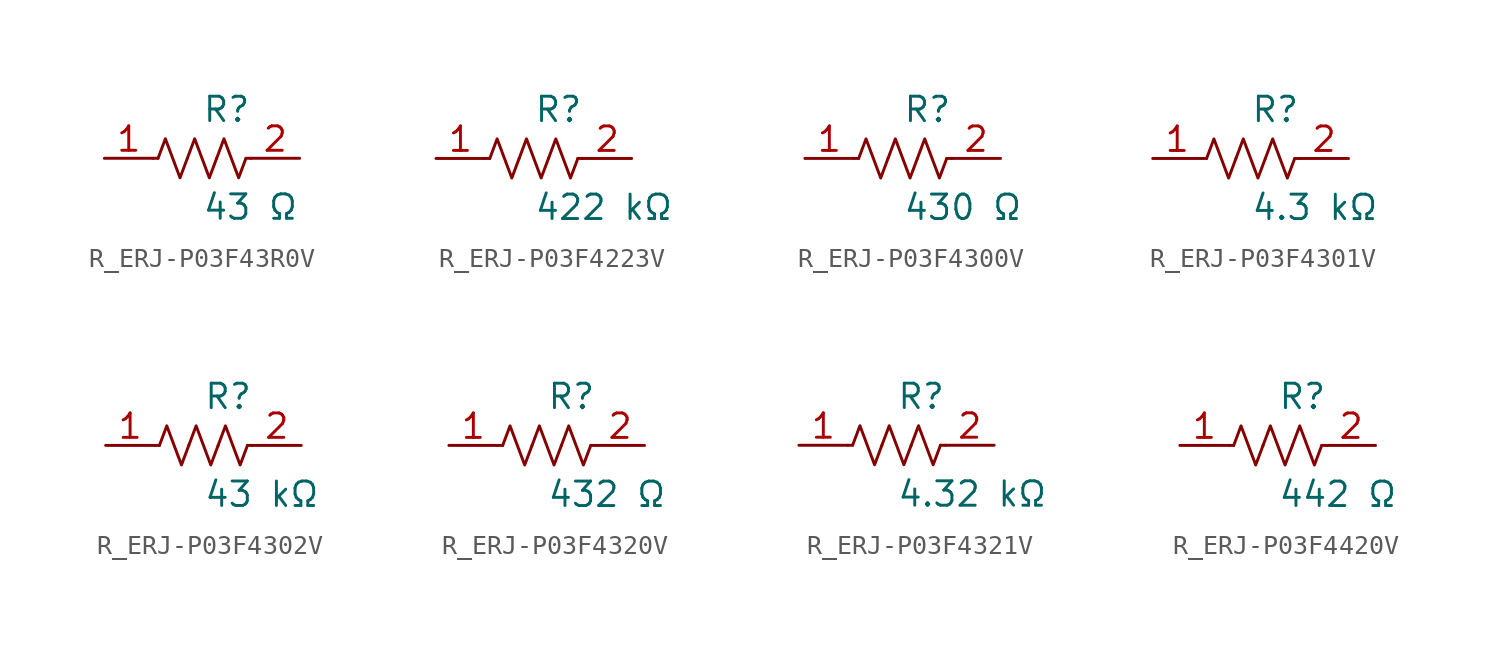
<source format=kicad_sym>
(kicad_symbol_lib
  (version 20231120)
  (generator kicad_symbol_editor)
  (generator_version 8.0)
  (symbol "R_ERJ-P03F43R0V"
    (pin_names
      (offset 0.254))
    (property "Reference" "R"
      (at 0.0 2.54 0)
      (effects (font (size 1.27 1.27)) (justify left)))
    (property "Value" "43 Ω"
      (at 0.0 -2.54 0)
      (effects (font (size 1.27 1.27)) (justify left)))
    (symbol "R_ERJ-P03F43R0V_0_1"
      (polyline (pts (xy 2.286 0) (xy 2.54 0)) (stroke (width 0) (type default)) (fill (type none)))
      (polyline (pts (xy -2.286 0) (xy -2.54 0)) (stroke (width 0) (type default)) (fill (type none)))
      (polyline (pts (xy 0.762 0) (xy 1.143 1.016) (xy 1.524 0) (xy 1.905 -1.016) (xy 2.286 0)) (stroke (width 0) (type default)) (fill (type none)))
      (polyline (pts (xy -0.762 0) (xy -0.381 1.016) (xy 0 0) (xy 0.381 -1.016) (xy 0.762 0)) (stroke (width 0) (type default)) (fill (type none)))
      (polyline (pts (xy -2.286 0) (xy -1.905 1.016) (xy -1.524 0) (xy -1.143 -1.016) (xy -0.762 0)) (stroke (width 0) (type default)) (fill (type none))))
    (pin unspecified line
      (at -5.08 0 0)
      (length 2.54)
      (name "" (effects (font (size 1.27 1.27))))
      (number "1" (effects (font (size 1.27 1.27)))))
    (pin unspecified line
      (at 5.08 0 180)
      (length 2.54)
      (name "" (effects (font (size 1.27 1.27))))
      (number "2" (effects (font (size 1.27 1.27))))))
  (symbol "R_ERJ-P03F4223V"
    (pin_names
      (offset 0.254))
    (property "Reference" "R"
      (at 0.0 2.54 0)
      (effects (font (size 1.27 1.27)) (justify left)))
    (property "Value" "422 kΩ"
      (at 0.0 -2.54 0)
      (effects (font (size 1.27 1.27)) (justify left)))
    (symbol "R_ERJ-P03F4223V_0_1"
      (polyline (pts (xy 2.286 0) (xy 2.54 0)) (stroke (width 0) (type default)) (fill (type none)))
      (polyline (pts (xy -2.286 0) (xy -2.54 0)) (stroke (width 0) (type default)) (fill (type none)))
      (polyline (pts (xy 0.762 0) (xy 1.143 1.016) (xy 1.524 0) (xy 1.905 -1.016) (xy 2.286 0)) (stroke (width 0) (type default)) (fill (type none)))
      (polyline (pts (xy -0.762 0) (xy -0.381 1.016) (xy 0 0) (xy 0.381 -1.016) (xy 0.762 0)) (stroke (width 0) (type default)) (fill (type none)))
      (polyline (pts (xy -2.286 0) (xy -1.905 1.016) (xy -1.524 0) (xy -1.143 -1.016) (xy -0.762 0)) (stroke (width 0) (type default)) (fill (type none))))
    (pin unspecified line
      (at -5.08 0 0)
      (length 2.54)
      (name "" (effects (font (size 1.27 1.27))))
      (number "1" (effects (font (size 1.27 1.27)))))
    (pin unspecified line
      (at 5.08 0 180)
      (length 2.54)
      (name "" (effects (font (size 1.27 1.27))))
      (number "2" (effects (font (size 1.27 1.27))))))
  (symbol "R_ERJ-P03F4300V"
    (pin_names
      (offset 0.254))
    (property "Reference" "R"
      (at 0.0 2.54 0)
      (effects (font (size 1.27 1.27)) (justify left)))
    (property "Value" "430 Ω"
      (at 0.0 -2.54 0)
      (effects (font (size 1.27 1.27)) (justify left)))
    (symbol "R_ERJ-P03F4300V_0_1"
      (polyline (pts (xy 2.286 0) (xy 2.54 0)) (stroke (width 0) (type default)) (fill (type none)))
      (polyline (pts (xy -2.286 0) (xy -2.54 0)) (stroke (width 0) (type default)) (fill (type none)))
      (polyline (pts (xy 0.762 0) (xy 1.143 1.016) (xy 1.524 0) (xy 1.905 -1.016) (xy 2.286 0)) (stroke (width 0) (type default)) (fill (type none)))
      (polyline (pts (xy -0.762 0) (xy -0.381 1.016) (xy 0 0) (xy 0.381 -1.016) (xy 0.762 0)) (stroke (width 0) (type default)) (fill (type none)))
      (polyline (pts (xy -2.286 0) (xy -1.905 1.016) (xy -1.524 0) (xy -1.143 -1.016) (xy -0.762 0)) (stroke (width 0) (type default)) (fill (type none))))
    (pin unspecified line
      (at -5.08 0 0)
      (length 2.54)
      (name "" (effects (font (size 1.27 1.27))))
      (number "1" (effects (font (size 1.27 1.27)))))
    (pin unspecified line
      (at 5.08 0 180)
      (length 2.54)
      (name "" (effects (font (size 1.27 1.27))))
      (number "2" (effects (font (size 1.27 1.27))))))
  (symbol "R_ERJ-P03F4301V"
    (pin_names
      (offset 0.254))
    (property "Reference" "R"
      (at 0.0 2.54 0)
      (effects (font (size 1.27 1.27)) (justify left)))
    (property "Value" "4.3 kΩ"
      (at 0.0 -2.54 0)
      (effects (font (size 1.27 1.27)) (justify left)))
    (symbol "R_ERJ-P03F4301V_0_1"
      (polyline (pts (xy 2.286 0) (xy 2.54 0)) (stroke (width 0) (type default)) (fill (type none)))
      (polyline (pts (xy -2.286 0) (xy -2.54 0)) (stroke (width 0) (type default)) (fill (type none)))
      (polyline (pts (xy 0.762 0) (xy 1.143 1.016) (xy 1.524 0) (xy 1.905 -1.016) (xy 2.286 0)) (stroke (width 0) (type default)) (fill (type none)))
      (polyline (pts (xy -0.762 0) (xy -0.381 1.016) (xy 0 0) (xy 0.381 -1.016) (xy 0.762 0)) (stroke (width 0) (type default)) (fill (type none)))
      (polyline (pts (xy -2.286 0) (xy -1.905 1.016) (xy -1.524 0) (xy -1.143 -1.016) (xy -0.762 0)) (stroke (width 0) (type default)) (fill (type none))))
    (pin unspecified line
      (at -5.08 0 0)
      (length 2.54)
      (name "" (effects (font (size 1.27 1.27))))
      (number "1" (effects (font (size 1.27 1.27)))))
    (pin unspecified line
      (at 5.08 0 180)
      (length 2.54)
      (name "" (effects (font (size 1.27 1.27))))
      (number "2" (effects (font (size 1.27 1.27))))))
  (symbol "R_ERJ-P03F4302V"
    (pin_names
      (offset 0.254))
    (property "Reference" "R"
      (at 0.0 2.54 0)
      (effects (font (size 1.27 1.27)) (justify left)))
    (property "Value" "43 kΩ"
      (at 0.0 -2.54 0)
      (effects (font (size 1.27 1.27)) (justify left)))
    (symbol "R_ERJ-P03F4302V_0_1"
      (polyline (pts (xy 2.286 0) (xy 2.54 0)) (stroke (width 0) (type default)) (fill (type none)))
      (polyline (pts (xy -2.286 0) (xy -2.54 0)) (stroke (width 0) (type default)) (fill (type none)))
      (polyline (pts (xy 0.762 0) (xy 1.143 1.016) (xy 1.524 0) (xy 1.905 -1.016) (xy 2.286 0)) (stroke (width 0) (type default)) (fill (type none)))
      (polyline (pts (xy -0.762 0) (xy -0.381 1.016) (xy 0 0) (xy 0.381 -1.016) (xy 0.762 0)) (stroke (width 0) (type default)) (fill (type none)))
      (polyline (pts (xy -2.286 0) (xy -1.905 1.016) (xy -1.524 0) (xy -1.143 -1.016) (xy -0.762 0)) (stroke (width 0) (type default)) (fill (type none))))
    (pin unspecified line
      (at -5.08 0 0)
      (length 2.54)
      (name "" (effects (font (size 1.27 1.27))))
      (number "1" (effects (font (size 1.27 1.27)))))
    (pin unspecified line
      (at 5.08 0 180)
      (length 2.54)
      (name "" (effects (font (size 1.27 1.27))))
      (number "2" (effects (font (size 1.27 1.27))))))
  (symbol "R_ERJ-P03F4320V"
    (pin_names
      (offset 0.254))
    (property "Reference" "R"
      (at 0.0 2.54 0)
      (effects (font (size 1.27 1.27)) (justify left)))
    (property "Value" "432 Ω"
      (at 0.0 -2.54 0)
      (effects (font (size 1.27 1.27)) (justify left)))
    (symbol "R_ERJ-P03F4320V_0_1"
      (polyline (pts (xy 2.286 0) (xy 2.54 0)) (stroke (width 0) (type default)) (fill (type none)))
      (polyline (pts (xy -2.286 0) (xy -2.54 0)) (stroke (width 0) (type default)) (fill (type none)))
      (polyline (pts (xy 0.762 0) (xy 1.143 1.016) (xy 1.524 0) (xy 1.905 -1.016) (xy 2.286 0)) (stroke (width 0) (type default)) (fill (type none)))
      (polyline (pts (xy -0.762 0) (xy -0.381 1.016) (xy 0 0) (xy 0.381 -1.016) (xy 0.762 0)) (stroke (width 0) (type default)) (fill (type none)))
      (polyline (pts (xy -2.286 0) (xy -1.905 1.016) (xy -1.524 0) (xy -1.143 -1.016) (xy -0.762 0)) (stroke (width 0) (type default)) (fill (type none))))
    (pin unspecified line
      (at -5.08 0 0)
      (length 2.54)
      (name "" (effects (font (size 1.27 1.27))))
      (number "1" (effects (font (size 1.27 1.27)))))
    (pin unspecified line
      (at 5.08 0 180)
      (length 2.54)
      (name "" (effects (font (size 1.27 1.27))))
      (number "2" (effects (font (size 1.27 1.27))))))
  (symbol "R_ERJ-P03F4321V"
    (pin_names
      (offset 0.254))
    (property "Reference" "R"
      (at 0.0 2.54 0)
      (effects (font (size 1.27 1.27)) (justify left)))
    (property "Value" "4.32 kΩ"
      (at 0.0 -2.54 0)
      (effects (font (size 1.27 1.27)) (justify left)))
    (symbol "R_ERJ-P03F4321V_0_1"
      (polyline (pts (xy 2.286 0) (xy 2.54 0)) (stroke (width 0) (type default)) (fill (type none)))
      (polyline (pts (xy -2.286 0) (xy -2.54 0)) (stroke (width 0) (type default)) (fill (type none)))
      (polyline (pts (xy 0.762 0) (xy 1.143 1.016) (xy 1.524 0) (xy 1.905 -1.016) (xy 2.286 0)) (stroke (width 0) (type default)) (fill (type none)))
      (polyline (pts (xy -0.762 0) (xy -0.381 1.016) (xy 0 0) (xy 0.381 -1.016) (xy 0.762 0)) (stroke (width 0) (type default)) (fill (type none)))
      (polyline (pts (xy -2.286 0) (xy -1.905 1.016) (xy -1.524 0) (xy -1.143 -1.016) (xy -0.762 0)) (stroke (width 0) (type default)) (fill (type none))))
    (pin unspecified line
      (at -5.08 0 0)
      (length 2.54)
      (name "" (effects (font (size 1.27 1.27))))
      (number "1" (effects (font (size 1.27 1.27)))))
    (pin unspecified line
      (at 5.08 0 180)
      (length 2.54)
      (name "" (effects (font (size 1.27 1.27))))
      (number "2" (effects (font (size 1.27 1.27))))))
  (symbol "R_ERJ-P03F4420V"
    (pin_names
      (offset 0.254))
    (property "Reference" "R"
      (at 0.0 2.54 0)
      (effects (font (size 1.27 1.27)) (justify left)))
    (property "Value" "442 Ω"
      (at 0.0 -2.54 0)
      (effects (font (size 1.27 1.27)) (justify left)))
    (symbol "R_ERJ-P03F4420V_0_1"
      (polyline (pts (xy 2.286 0) (xy 2.54 0)) (stroke (width 0) (type default)) (fill (type none)))
      (polyline (pts (xy -2.286 0) (xy -2.54 0)) (stroke (width 0) (type default)) (fill (type none)))
      (polyline (pts (xy 0.762 0) (xy 1.143 1.016) (xy 1.524 0) (xy 1.905 -1.016) (xy 2.286 0)) (stroke (width 0) (type default)) (fill (type none)))
      (polyline (pts (xy -0.762 0) (xy -0.381 1.016) (xy 0 0) (xy 0.381 -1.016) (xy 0.762 0)) (stroke (width 0) (type default)) (fill (type none)))
      (polyline (pts (xy -2.286 0) (xy -1.905 1.016) (xy -1.524 0) (xy -1.143 -1.016) (xy -0.762 0)) (stroke (width 0) (type default)) (fill (type none))))
    (pin unspecified line
      (at -5.08 0 0)
      (length 2.54)
      (name "" (effects (font (size 1.27 1.27))))
      (number "1" (effects (font (size 1.27 1.27)))))
    (pin unspecified line
      (at 5.08 0 180)
      (length 2.54)
      (name "" (effects (font (size 1.27 1.27))))
      (number "2" (effects (font (size 1.27 1.27)))))))
</source>
